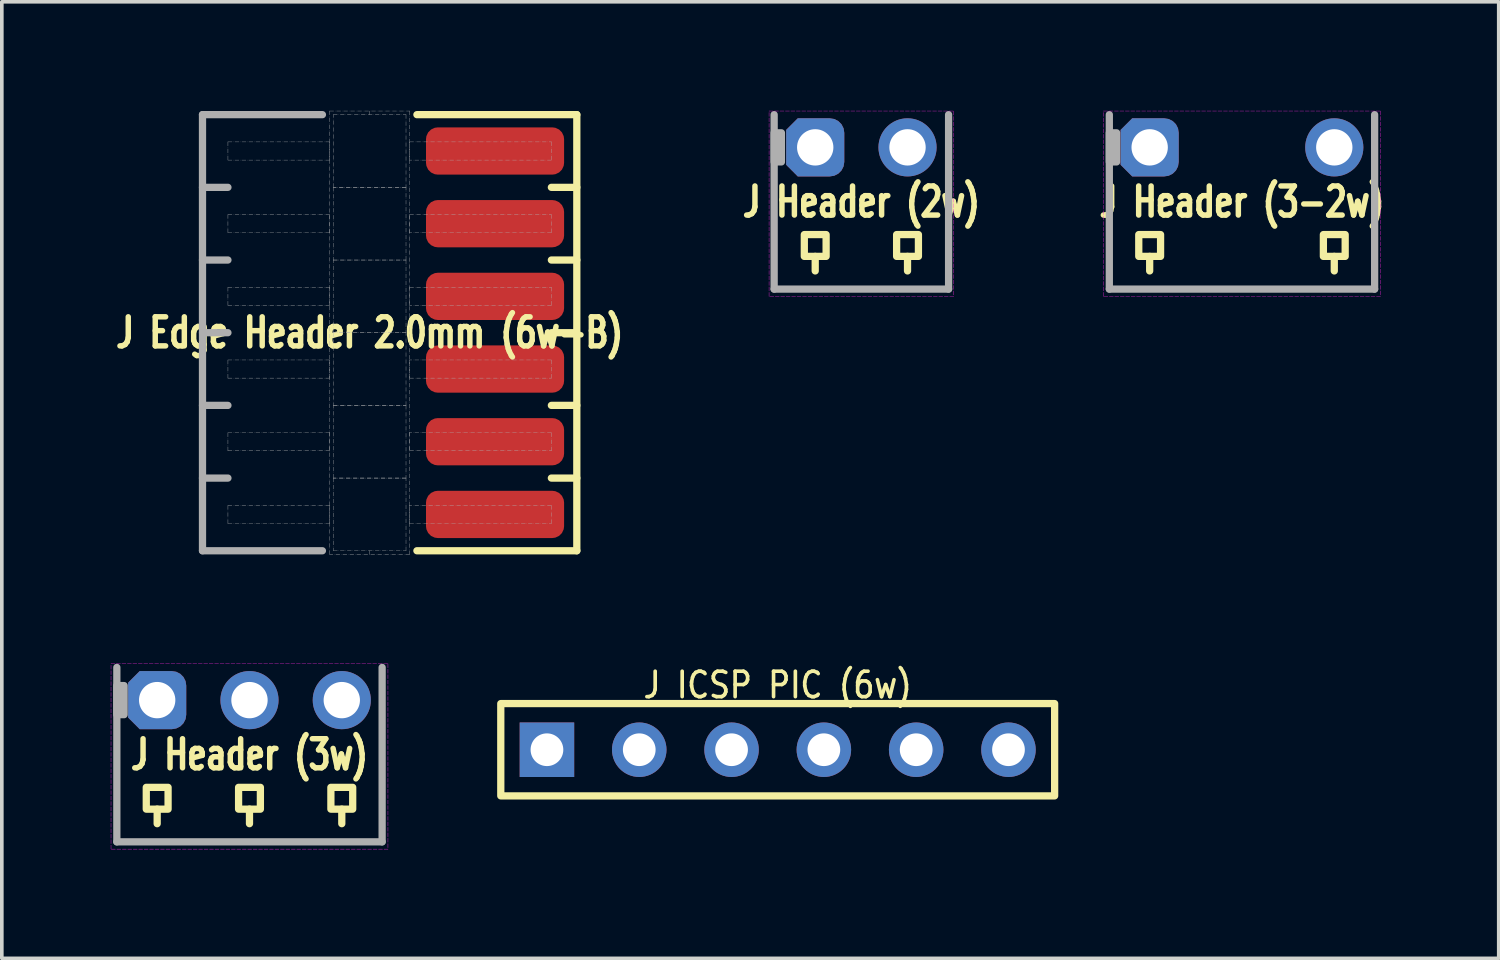
<source format=kicad_pcb>
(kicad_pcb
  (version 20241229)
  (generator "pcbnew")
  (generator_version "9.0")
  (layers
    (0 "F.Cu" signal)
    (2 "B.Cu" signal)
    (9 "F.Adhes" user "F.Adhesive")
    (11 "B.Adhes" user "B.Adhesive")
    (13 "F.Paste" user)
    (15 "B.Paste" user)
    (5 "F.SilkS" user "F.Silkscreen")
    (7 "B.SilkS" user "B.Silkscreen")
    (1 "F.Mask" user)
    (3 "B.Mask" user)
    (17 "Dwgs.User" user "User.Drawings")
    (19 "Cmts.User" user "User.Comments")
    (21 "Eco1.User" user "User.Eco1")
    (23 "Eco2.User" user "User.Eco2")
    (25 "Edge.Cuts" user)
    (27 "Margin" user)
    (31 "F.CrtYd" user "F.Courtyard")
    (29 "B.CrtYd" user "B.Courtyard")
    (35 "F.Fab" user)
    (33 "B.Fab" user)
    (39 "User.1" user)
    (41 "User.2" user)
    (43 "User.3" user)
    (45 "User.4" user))
  (footprint "J Header (3-2w)"
    (layer "F.Cu")
    (at 31.125 1.005)
    (property "Reference" "J Header (3-2w)" (at 0 1.5 0) (layer "F.SilkS") (effects (font (size 0.8 0.6) (thickness 0.15) (bold yes))))
    (attr through_hole)
    (fp_line (start -2.54 3) (end -2.54 3.4) (stroke (width 0.2) (type solid)) (layer "F.SilkS"))
    (fp_line (start 2.54 3) (end 2.54 3.4) (stroke (width 0.2) (type solid)) (layer "F.SilkS"))
    (fp_rect (start -2.84 2.4) (end -2.24 3) (stroke (width 0.2) (type solid)) (fill no) (layer "F.SilkS"))
    (fp_rect (start 2.84 2.4) (end 2.24 3) (stroke (width 0.2) (type solid)) (fill no) (layer "F.SilkS"))
    (fp_rect (start -3.81 -1) (end 3.81 4.1) (stroke (width 0.01) (type dash)) (fill no) (layer "F.CrtYd"))
    (fp_line (start -3.65 -0.9) (end -3.65 3.9) (stroke (width 0.2) (type solid)) (layer "F.Fab"))
    (fp_line (start 3.65 -0.9) (end 3.65 3.9) (stroke (width 0.2) (type solid)) (layer "F.Fab"))
    (fp_line (start 3.65 3.9) (end -3.65 3.9) (stroke (width 0.2) (type solid)) (layer "F.Fab"))
    (fp_rect (start -3.65 -0.4) (end -3.45 0.4) (stroke (width 0.2) (type solid)) (fill no) (layer "F.Fab"))
    (pad "1" thru_hole roundrect (at -2.54 0) (size 1.6 1.6) (drill 1) (layers "*.Cu" "*.Mask") (roundrect_rratio 0.25) (chamfer_ratio 0.2) (chamfer top_left bottom_left))
    (pad "3" thru_hole circle (at 2.54 0) (size 1.6 1.6) (drill 1) (layers "*.Cu" "*.Mask")))
  (footprint "J Edge Header 2.0mm (6w-B)"
    (layer "F.Cu")
    (at 7.122 6.105)
    (property "Reference" "J Edge Header 2.0mm (6w-B)" (at 0 0 0) (layer "F.SilkS") (effects (font (size 0.8 0.6) (thickness 0.15) (bold yes))))
    (attr through_hole)
    (fp_line (start 5.7 -6) (end 1.3 -6) (stroke (width 0.2) (type default)) (layer "F.SilkS"))
    (fp_line (start 5.7 -4) (end 5 -4) (stroke (width 0.2) (type default)) (layer "F.SilkS"))
    (fp_line (start 5.7 -2) (end 5 -2) (stroke (width 0.2) (type default)) (layer "F.SilkS"))
    (fp_line (start 5.7 0) (end 5 0) (stroke (width 0.2) (type default)) (layer "F.SilkS"))
    (fp_line (start 5.7 2) (end 5 2) (stroke (width 0.2) (type default)) (layer "F.SilkS"))
    (fp_line (start 5.7 4) (end 5 4) (stroke (width 0.2) (type default)) (layer "F.SilkS"))
    (fp_line (start 5.7 6) (end 1.3 6) (stroke (width 0.2) (type default)) (layer "F.SilkS"))
    (fp_line (start 5.7 6) (end 5.7 -6) (stroke (width 0.2) (type default)) (layer "F.SilkS"))
    (fp_line (start -4.6 -6) (end -1.3 -6) (stroke (width 0.2) (type default)) (layer "F.Fab"))
    (fp_line (start -4.6 -4) (end -3.9 -4) (stroke (width 0.2) (type default)) (layer "F.Fab"))
    (fp_line (start -4.6 -2) (end -3.9 -2) (stroke (width 0.2) (type default)) (layer "F.Fab"))
    (fp_line (start -4.6 0) (end -3.9 0) (stroke (width 0.2) (type default)) (layer "F.Fab"))
    (fp_line (start -4.6 2) (end -3.9 2) (stroke (width 0.2) (type default)) (layer "F.Fab"))
    (fp_line (start -4.6 4) (end -3.9 4) (stroke (width 0.2) (type default)) (layer "F.Fab"))
    (fp_line (start -4.6 6) (end -4.6 -6) (stroke (width 0.2) (type default)) (layer "F.Fab"))
    (fp_line (start -4.6 6) (end -1.3 6) (stroke (width 0.2) (type default)) (layer "F.Fab"))
    (fp_line (start 0 -6.1) (end 0 -6) (stroke (width 0.01) (type solid)) (layer "F.Fab"))
    (fp_line (start 0 6.1) (end 0 6) (stroke (width 0.01) (type solid)) (layer "F.Fab"))
    (fp_rect (start -1.1 -6.1) (end 1.1 6.1) (stroke (width 0.01) (type dash_dot)) (fill no) (layer "F.Fab"))
    (fp_rect (start -1.1 -5.25) (end -3.9 -4.75) (stroke (width 0.01) (type dash_dot)) (fill no) (layer "F.Fab"))
    (fp_rect (start -1.1 -3.25) (end -3.9 -2.75) (stroke (width 0.01) (type dash_dot)) (fill no) (layer "F.Fab"))
    (fp_rect (start -1.1 -1.25) (end -3.9 -0.75) (stroke (width 0.01) (type dash_dot)) (fill no) (layer "F.Fab"))
    (fp_rect (start -1.1 1.25) (end -3.9 0.75) (stroke (width 0.01) (type dash_dot)) (fill no) (layer "F.Fab"))
    (fp_rect (start -1.1 3.25) (end -3.9 2.75) (stroke (width 0.01) (type dash_dot)) (fill no) (layer "F.Fab"))
    (fp_rect (start -1.1 5.25) (end -3.9 4.75) (stroke (width 0.01) (type dash_dot)) (fill no) (layer "F.Fab"))
    (fp_rect (start -1 -6) (end 1 -4) (stroke (width 0.01) (type dash_dot)) (fill no) (layer "F.Fab"))
    (fp_rect (start -1 -2) (end 1 -4) (stroke (width 0.01) (type dash_dot)) (fill no) (layer "F.Fab"))
    (fp_rect (start -1 -2) (end 1 0) (stroke (width 0.01) (type dash_dot)) (fill no) (layer "F.Fab"))
    (fp_rect (start -1 2) (end 1 0) (stroke (width 0.01) (type dash_dot)) (fill no) (layer "F.Fab"))
    (fp_rect (start -1 2) (end 1 4) (stroke (width 0.01) (type dash_dot)) (fill no) (layer "F.Fab"))
    (fp_rect (start -1 6) (end 1 4) (stroke (width 0.01) (type dash_dot)) (fill no) (layer "F.Fab"))
    (fp_rect (start 1.1 -5.25) (end 5 -4.75) (stroke (width 0.01) (type dash_dot)) (fill no) (layer "F.Fab"))
    (fp_rect (start 1.1 -3.25) (end 5 -2.75) (stroke (width 0.01) (type dash_dot)) (fill no) (layer "F.Fab"))
    (fp_rect (start 1.1 -1.25) (end 5 -0.75) (stroke (width 0.01) (type dash_dot)) (fill no) (layer "F.Fab"))
    (fp_rect (start 1.1 1.25) (end 5 0.75) (stroke (width 0.01) (type dash_dot)) (fill no) (layer "F.Fab"))
    (fp_rect (start 1.1 3.25) (end 5 2.75) (stroke (width 0.01) (type dash_dot)) (fill no) (layer "F.Fab"))
    (fp_rect (start 1.1 5.25) (end 5 4.75) (stroke (width 0.01) (type dash_dot)) (fill no) (layer "F.Fab"))
    (pad "1" smd roundrect (at 3.45 -5 180) (size 3.8 1.3) (layers "F.Cu" "F.Mask" "F.Paste") (roundrect_rratio 0.25))
    (pad "2" smd roundrect (at 3.45 -3 180) (size 3.8 1.3) (layers "F.Cu" "F.Mask" "F.Paste") (roundrect_rratio 0.25))
    (pad "3" smd roundrect (at 3.45 -1 180) (size 3.8 1.3) (layers "F.Cu" "F.Mask" "F.Paste") (roundrect_rratio 0.25))
    (pad "4" smd roundrect (at 3.45 1 180) (size 3.8 1.3) (layers "F.Cu" "F.Mask" "F.Paste") (roundrect_rratio 0.25))
    (pad "5" smd roundrect (at 3.45 3 180) (size 3.8 1.3) (layers "F.Cu" "F.Mask" "F.Paste") (roundrect_rratio 0.25))
    (pad "6" smd roundrect (at 3.45 5 180) (size 3.8 1.3) (layers "F.Cu" "F.Mask" "F.Paste") (roundrect_rratio 0.25)))
  (footprint "J Header (3w)"
    (layer "F.Cu")
    (at 3.815 16.215)
    (property "Reference" "J Header (3w)" (at 0 1.5 0) (layer "F.SilkS") (effects (font (size 0.8 0.6) (thickness 0.15) (bold yes))))
    (attr through_hole)
    (fp_line (start -2.54 3) (end -2.54 3.4) (stroke (width 0.2) (type solid)) (layer "F.SilkS"))
    (fp_line (start 0 3) (end 0 3.4) (stroke (width 0.2) (type solid)) (layer "F.SilkS"))
    (fp_line (start 2.54 3) (end 2.54 3.4) (stroke (width 0.2) (type solid)) (layer "F.SilkS"))
    (fp_rect (start -2.84 2.4) (end -2.24 3) (stroke (width 0.2) (type solid)) (fill no) (layer "F.SilkS"))
    (fp_rect (start -0.3 2.4) (end 0.3 3) (stroke (width 0.2) (type solid)) (fill no) (layer "F.SilkS"))
    (fp_rect (start 2.84 2.4) (end 2.24 3) (stroke (width 0.2) (type solid)) (fill no) (layer "F.SilkS"))
    (fp_rect (start -3.81 -1) (end 3.81 4.1) (stroke (width 0.01) (type dash)) (fill no) (layer "F.CrtYd"))
    (fp_line (start -3.65 -0.9) (end -3.65 3.9) (stroke (width 0.2) (type solid)) (layer "F.Fab"))
    (fp_line (start 3.65 -0.9) (end 3.65 3.9) (stroke (width 0.2) (type solid)) (layer "F.Fab"))
    (fp_line (start 3.65 3.9) (end -3.65 3.9) (stroke (width 0.2) (type solid)) (layer "F.Fab"))
    (fp_rect (start -3.65 -0.4) (end -3.45 0.4) (stroke (width 0.2) (type solid)) (fill no) (layer "F.Fab"))
    (pad "1" thru_hole roundrect (at -2.54 0) (size 1.6 1.6) (drill 1) (layers "*.Cu" "*.Mask") (roundrect_rratio 0.25) (chamfer_ratio 0.2) (chamfer top_left bottom_left))
    (pad "2" thru_hole circle (at 0 0) (size 1.6 1.6) (drill 1) (layers "*.Cu" "*.Mask"))
    (pad "3" thru_hole circle (at 2.54 0) (size 1.6 1.6) (drill 1) (layers "*.Cu" "*.Mask")))
  (footprint "J Header (2w)"
    (layer "F.Cu")
    (at 20.652 1.005)
    (property "Reference" "J Header (2w)" (at 0 1.5 0) (layer "F.SilkS") (effects (font (size 0.8 0.6) (thickness 0.15) (bold yes))))
    (attr through_hole)
    (fp_line (start -1.27 3) (end -1.27 3.4) (stroke (width 0.2) (type solid)) (layer "F.SilkS"))
    (fp_line (start 1.27 3) (end 1.27 3.4) (stroke (width 0.2) (type solid)) (layer "F.SilkS"))
    (fp_rect (start -1.57 2.4) (end -0.97 3) (stroke (width 0.2) (type solid)) (fill no) (layer "F.SilkS"))
    (fp_rect (start 1.57 2.4) (end 0.97 3) (stroke (width 0.2) (type solid)) (fill no) (layer "F.SilkS"))
    (fp_rect (start -2.54 -1) (end 2.54 4.1) (stroke (width 0.01) (type dash)) (fill no) (layer "F.CrtYd"))
    (fp_line (start -2.4 -0.9) (end -2.4 3.9) (stroke (width 0.2) (type solid)) (layer "F.Fab"))
    (fp_line (start 2.4 -0.9) (end 2.4 3.9) (stroke (width 0.2) (type solid)) (layer "F.Fab"))
    (fp_line (start 2.4 3.9) (end -2.4 3.9) (stroke (width 0.2) (type solid)) (layer "F.Fab"))
    (fp_rect (start -2.4 -0.4) (end -2.2 0.4) (stroke (width 0.2) (type solid)) (fill no) (layer "F.Fab"))
    (pad "1" thru_hole roundrect (at -1.27 0) (size 1.6 1.6) (drill 1) (layers "*.Cu" "*.Mask") (roundrect_rratio 0.25) (chamfer_ratio 0.2) (chamfer top_left bottom_left))
    (pad "2" thru_hole circle (at 1.27 0) (size 1.6 1.6) (drill 1) (layers "*.Cu" "*.Mask")))
  (footprint "J ICSP PIC (6w)"
    (layer "F.Cu")
    (at 18.35 17.58)
    (property "Reference" "J ICSP PIC (6w)" (at 0 -1.37 0) (unlocked yes) (layer "F.SilkS") (effects (font (size 0.7 0.6) (thickness 0.1)) (justify bottom)))
    (attr smd)
    (fp_rect (start -7.62 -1.27) (end 7.62 1.27) (stroke (width 0.2) (type default)) (fill no) (layer "F.SilkS"))
    (fp_text user "PGD" (at 3.81 -1.07 0) (unlocked yes) (layer "User.7") (effects (font (size 0.13 0.07) (thickness 0.01)) (justify top)))
    (fp_text user "PGC" (at 1.27 -1.07 0) (unlocked yes) (layer "User.7") (effects (font (size 0.13 0.07) (thickness 0.01)) (justify top)))
    (fp_text user "LVP" (at 6.35 -1.07 0) (unlocked yes) (layer "User.7") (effects (font (size 0.13 0.07) (thickness 0.01)) (justify top)))
    (fp_text user "Vpp" (at -6.35 -1.07 0) (unlocked yes) (layer "User.7") (effects (font (size 0.13 0.07) (thickness 0.014) (bold yes)) (justify top)))
    (fp_text user "Vdd" (at -3.81 -1.07 0) (unlocked yes) (layer "User.7") (effects (font (size 0.13 0.07) (thickness 0.014) (bold yes)) (justify top)))
    (fp_text user "GND" (at -1.27 -1.07 0) (unlocked yes) (layer "User.7") (effects (font (size 0.13 0.07) (thickness 0.014) (bold yes)) (justify top)))
    (pad "1" thru_hole rect (at -6.35 0) (size 1.5 1.5) (drill 0.9) (layers "*.Cu" "*.Mask"))
    (pad "2" thru_hole circle (at -3.81 0) (size 1.5 1.5) (drill 0.9) (layers "*.Cu" "*.Mask"))
    (pad "3" thru_hole circle (at -1.27 0) (size 1.5 1.5) (drill 0.9) (layers "*.Cu" "*.Mask"))
    (pad "4" thru_hole circle (at 1.27 0) (size 1.5 1.5) (drill 0.9) (layers "*.Cu" "*.Mask"))
    (pad "5" thru_hole circle (at 3.81 0) (size 1.5 1.5) (drill 0.9) (layers "*.Cu" "*.Mask"))
    (pad "6" thru_hole circle (at 6.35 0) (size 1.5 1.5) (drill 0.9) (layers "*.Cu" "*.Mask")))
  (gr_rect
    (start -3 -3)
    (end 38.19 23.32)
    (stroke (width 0.1) (type default))
    (fill no)
    (layer "Edge.Cuts")))
</source>
